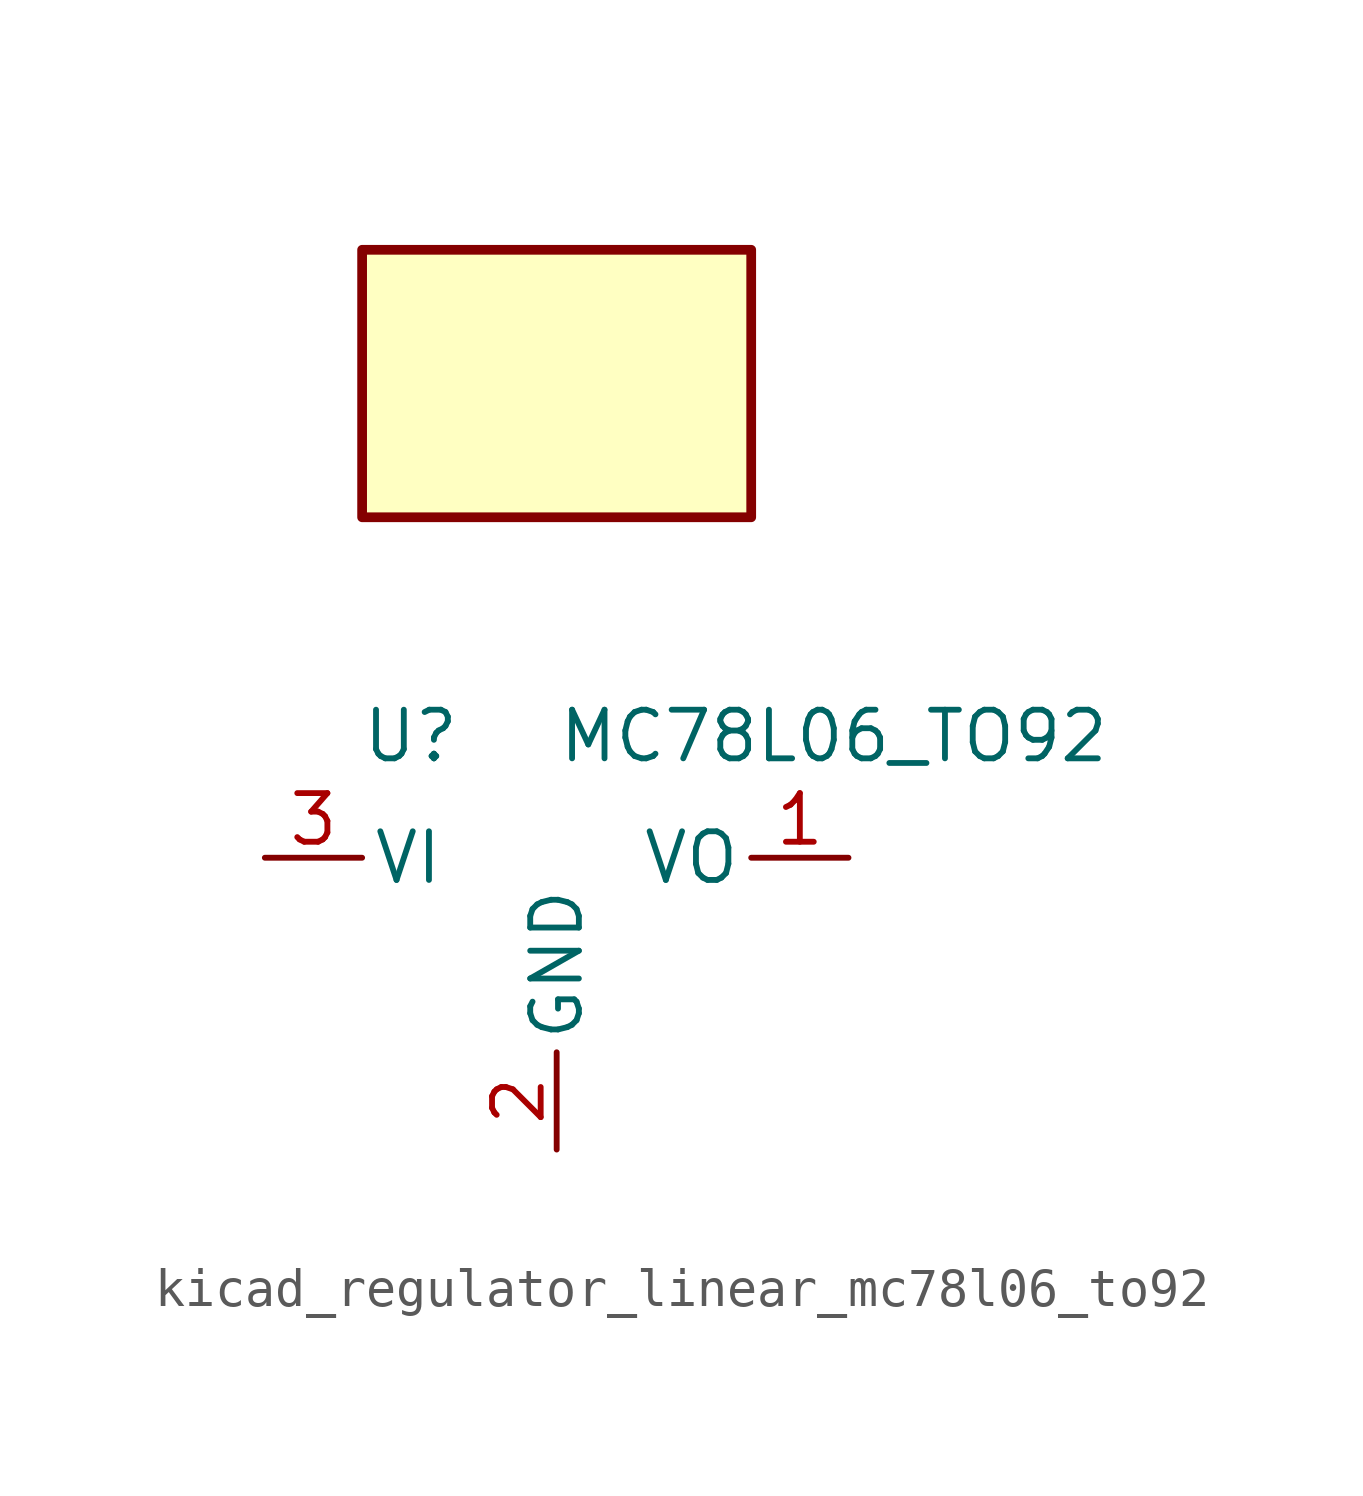
<source format=kicad_sym>
(kicad_symbol_lib
  (version 20220914)
  (generator kicad_symbol_editor)
  (symbol "kicad_regulator_linear_mc78l06_to92"
    (pin_names
      (offset 0.254))
    (property "Reference" "U"
      (at -3.81 3.175 0)
      (effects (font (size 1.27 1.27))))
    (property "Value" "MC78L06_TO92"
      (at 0 3.175 0)
      (effects (font (size 1.27 1.27)) (justify left)))
    (symbol "kicad_regulator_linear_mc78l06_to92_0_1"
      (rectangle (start 5.08 15.875) (end -5.08 8.89) (stroke (width 0.254) (type default)) (fill (type background))))
    (symbol "kicad_regulator_linear_mc78l06_to92_1_1"
      (pin power_out line (at 7.62 0 180) (length 2.54) (name "VO" (effects (font (size 1.27 1.27)))) (number "1" (effects (font (size 1.27 1.27)))))
      (pin power_in line (at 0 -7.62 90) (length 2.54) (name "GND" (effects (font (size 1.27 1.27)))) (number "2" (effects (font (size 1.27 1.27)))))
      (pin power_in line (at -7.62 0 0) (length 2.54) (name "VI" (effects (font (size 1.27 1.27)))) (number "3" (effects (font (size 1.27 1.27))))))))
</source>
